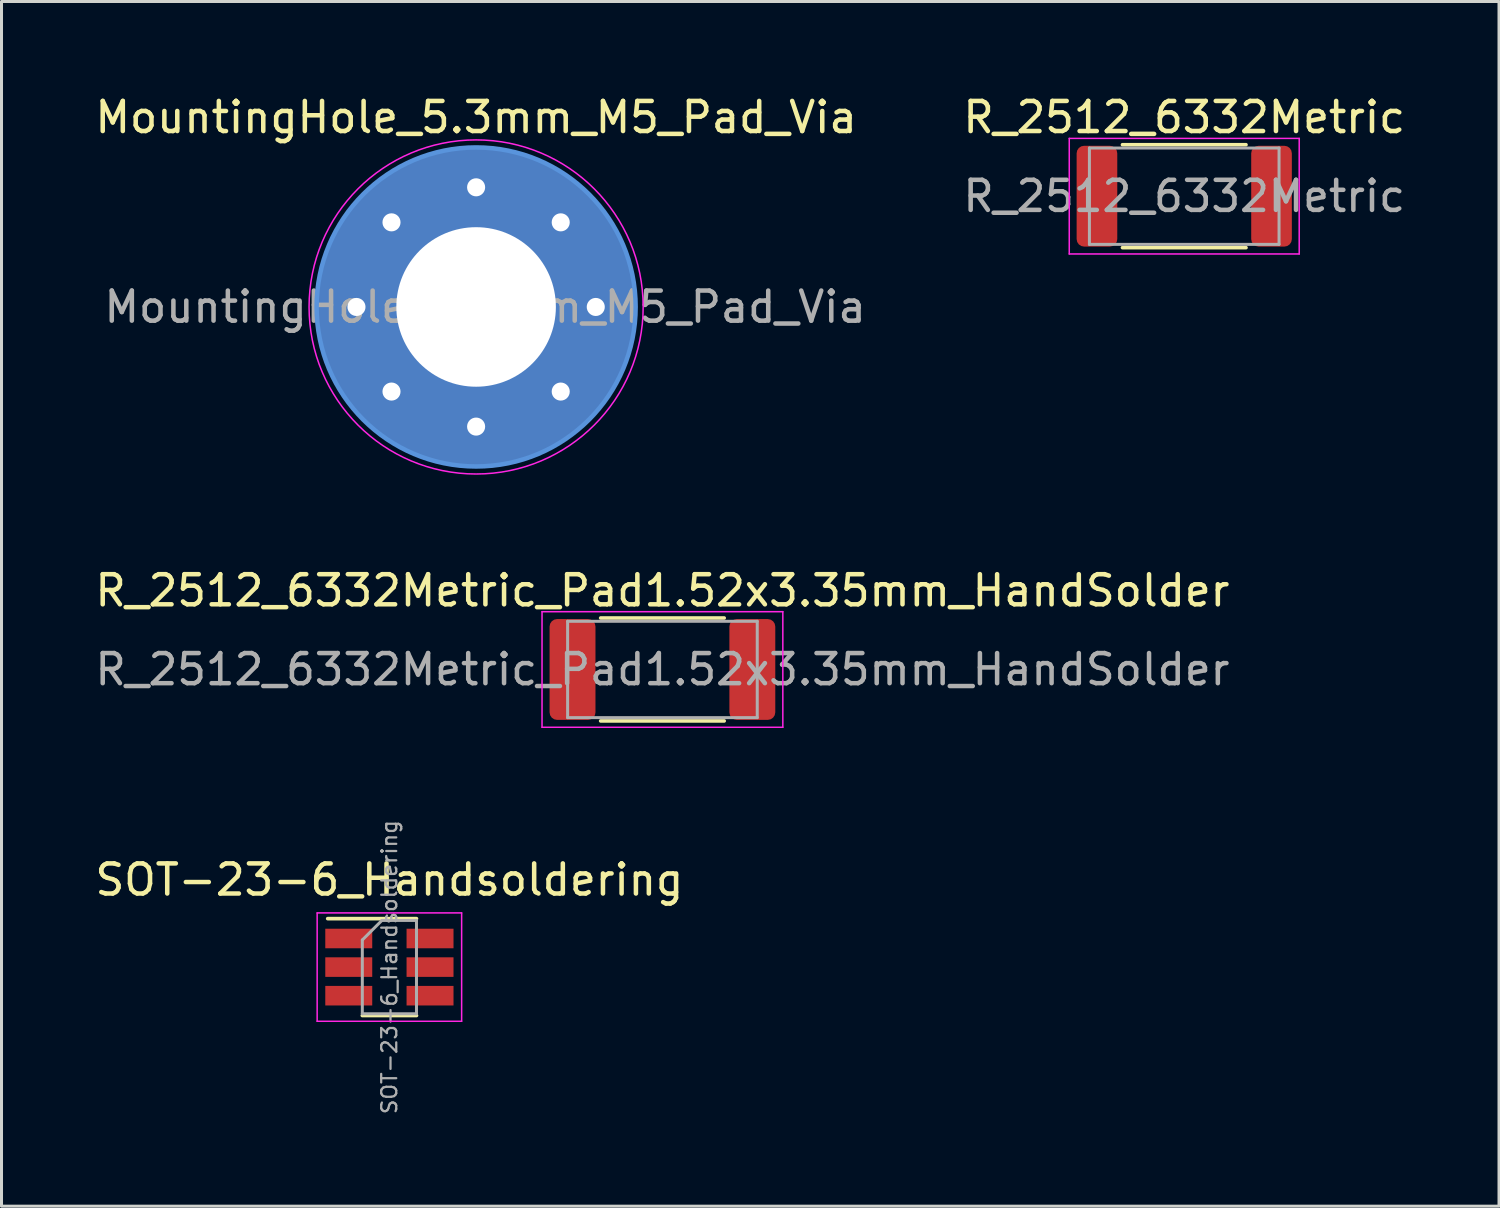
<source format=kicad_pcb>
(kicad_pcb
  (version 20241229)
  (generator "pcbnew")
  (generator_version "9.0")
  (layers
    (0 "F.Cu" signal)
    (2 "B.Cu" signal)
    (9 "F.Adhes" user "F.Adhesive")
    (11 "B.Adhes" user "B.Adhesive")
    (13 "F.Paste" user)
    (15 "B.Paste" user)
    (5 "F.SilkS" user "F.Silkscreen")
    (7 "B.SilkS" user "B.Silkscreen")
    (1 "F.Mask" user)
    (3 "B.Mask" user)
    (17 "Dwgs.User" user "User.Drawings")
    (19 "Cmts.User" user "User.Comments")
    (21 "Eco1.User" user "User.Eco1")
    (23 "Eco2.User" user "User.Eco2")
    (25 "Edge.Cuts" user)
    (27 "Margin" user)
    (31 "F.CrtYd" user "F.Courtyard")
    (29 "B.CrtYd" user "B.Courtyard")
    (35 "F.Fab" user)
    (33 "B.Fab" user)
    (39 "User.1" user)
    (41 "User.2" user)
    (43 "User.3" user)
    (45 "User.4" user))
  (footprint "R_2512_6332Metric"
    (layer "F.Cu")
    (at 36.294 3.468)
    (property "Reference" "R_2512_6332Metric" (at 0 -2.62 0) (layer "F.SilkS") (effects (font (size 1 1) (thickness 0.15))))
    (attr smd)
    (fp_line (start -2.052 -1.71) (end 2.052 -1.71) (stroke (width 0.12) (type solid)) (layer "F.SilkS"))
    (fp_line (start -2.052 1.71) (end 2.052 1.71) (stroke (width 0.12) (type solid)) (layer "F.SilkS"))
    (fp_line (start -3.82 -1.92) (end 3.82 -1.92) (stroke (width 0.05) (type solid)) (layer "F.CrtYd"))
    (fp_line (start -3.82 1.92) (end -3.82 -1.92) (stroke (width 0.05) (type solid)) (layer "F.CrtYd"))
    (fp_line (start 3.82 -1.92) (end 3.82 1.92) (stroke (width 0.05) (type solid)) (layer "F.CrtYd"))
    (fp_line (start 3.82 1.92) (end -3.82 1.92) (stroke (width 0.05) (type solid)) (layer "F.CrtYd"))
    (fp_line (start -3.15 -1.6) (end 3.15 -1.6) (stroke (width 0.1) (type solid)) (layer "F.Fab"))
    (fp_line (start -3.15 1.6) (end -3.15 -1.6) (stroke (width 0.1) (type solid)) (layer "F.Fab"))
    (fp_line (start 3.15 -1.6) (end 3.15 1.6) (stroke (width 0.1) (type solid)) (layer "F.Fab"))
    (fp_line (start 3.15 1.6) (end -3.15 1.6) (stroke (width 0.1) (type solid)) (layer "F.Fab"))
    (fp_text user "${REFERENCE}" (at 0 0 0) (layer "F.Fab") (effects (font (size 1 1) (thickness 0.15))))
    (pad "1" smd roundrect (at -2.9 0) (size 1.35 3.35) (layers "F.Cu" "F.Mask" "F.Paste") (roundrect_rratio 0.185))
    (pad "2" smd roundrect (at 2.9 0) (size 1.35 3.35) (layers "F.Cu" "F.Mask" "F.Paste") (roundrect_rratio 0.185)))
  (footprint "SOT-23-6_Handsoldering"
    (layer "F.Cu")
    (at 9.887 29.08)
    (property "Reference" "SOT-23-6_Handsoldering" (at 0 -2.9 0) (layer "F.SilkS") (effects (font (size 1 1) (thickness 0.15))))
    (attr smd)
    (fp_line (start -0.9 1.61) (end 0.9 1.61) (stroke (width 0.12) (type solid)) (layer "F.SilkS"))
    (fp_line (start 0.9 -1.61) (end -2.05 -1.61) (stroke (width 0.12) (type solid)) (layer "F.SilkS"))
    (fp_line (start -2.4 -1.8) (end 2.4 -1.8) (stroke (width 0.05) (type solid)) (layer "F.CrtYd"))
    (fp_line (start -2.4 1.8) (end -2.4 -1.8) (stroke (width 0.05) (type solid)) (layer "F.CrtYd"))
    (fp_line (start 2.4 -1.8) (end 2.4 1.8) (stroke (width 0.05) (type solid)) (layer "F.CrtYd"))
    (fp_line (start 2.4 1.8) (end -2.4 1.8) (stroke (width 0.05) (type solid)) (layer "F.CrtYd"))
    (fp_line (start -0.9 -0.9) (end -0.9 1.55) (stroke (width 0.1) (type solid)) (layer "F.Fab"))
    (fp_line (start -0.9 -0.9) (end -0.25 -1.55) (stroke (width 0.1) (type solid)) (layer "F.Fab"))
    (fp_line (start 0.9 -1.55) (end -0.25 -1.55) (stroke (width 0.1) (type solid)) (layer "F.Fab"))
    (fp_line (start 0.9 -1.55) (end 0.9 1.55) (stroke (width 0.1) (type solid)) (layer "F.Fab"))
    (fp_line (start 0.9 1.55) (end -0.9 1.55) (stroke (width 0.1) (type solid)) (layer "F.Fab"))
    (fp_text user "${REFERENCE}" (at 0 0 270) (layer "F.Fab") (effects (font (size 0.5 0.5) (thickness 0.075))))
    (pad "1" smd rect (at -1.35 -0.95) (size 1.56 0.65) (layers "F.Cu" "F.Mask" "F.Paste"))
    (pad "2" smd rect (at -1.35 0) (size 1.56 0.65) (layers "F.Cu" "F.Mask" "F.Paste"))
    (pad "3" smd rect (at -1.35 0.95) (size 1.56 0.65) (layers "F.Cu" "F.Mask" "F.Paste"))
    (pad "4" smd rect (at 1.35 0.95) (size 1.56 0.65) (layers "F.Cu" "F.Mask" "F.Paste"))
    (pad "5" smd rect (at 1.35 0) (size 1.56 0.65) (layers "F.Cu" "F.Mask" "F.Paste"))
    (pad "6" smd rect (at 1.35 -0.95) (size 1.56 0.65) (layers "F.Cu" "F.Mask" "F.Paste")))
  (footprint "R_2512_6332Metric_Pad1.52x3.35mm_HandSolder"
    (layer "F.Cu")
    (at 18.958 19.192)
    (property "Reference" "R_2512_6332Metric_Pad1.52x3.35mm_HandSolder" (at 0 -2.62 180) (layer "F.SilkS") (effects (font (size 1 1) (thickness 0.15))))
    (attr smd)
    (fp_line (start -2.052 -1.71) (end 2.052 -1.71) (stroke (width 0.12) (type solid)) (layer "F.SilkS"))
    (fp_line (start -2.052 1.71) (end 2.052 1.71) (stroke (width 0.12) (type solid)) (layer "F.SilkS"))
    (fp_line (start -4 -1.92) (end 4 -1.92) (stroke (width 0.05) (type solid)) (layer "F.CrtYd"))
    (fp_line (start -4 1.92) (end -4 -1.92) (stroke (width 0.05) (type solid)) (layer "F.CrtYd"))
    (fp_line (start 4 -1.92) (end 4 1.92) (stroke (width 0.05) (type solid)) (layer "F.CrtYd"))
    (fp_line (start 4 1.92) (end -4 1.92) (stroke (width 0.05) (type solid)) (layer "F.CrtYd"))
    (fp_line (start -3.15 -1.6) (end 3.15 -1.6) (stroke (width 0.1) (type solid)) (layer "F.Fab"))
    (fp_line (start -3.15 1.6) (end -3.15 -1.6) (stroke (width 0.1) (type solid)) (layer "F.Fab"))
    (fp_line (start 3.15 -1.6) (end 3.15 1.6) (stroke (width 0.1) (type solid)) (layer "F.Fab"))
    (fp_line (start 3.15 1.6) (end -3.15 1.6) (stroke (width 0.1) (type solid)) (layer "F.Fab"))
    (fp_text user "${REFERENCE}" (at 0 0 180) (layer "F.Fab") (effects (font (size 1 1) (thickness 0.15))))
    (pad "1" smd roundrect (at -2.987 0) (size 1.525 3.35) (layers "F.Cu" "F.Mask" "F.Paste") (roundrect_rratio 0.164))
    (pad "2" smd roundrect (at 2.987 0) (size 1.525 3.35) (layers "F.Cu" "F.Mask" "F.Paste") (roundrect_rratio 0.164)))
  (footprint "MountingHole_5.3mm_M5_Pad_Via"
    (layer "F.Cu")
    (at 12.768 7.148)
    (property "Reference" "MountingHole_5.3mm_M5_Pad_Via" (at 0 -6.3 0) (layer "F.SilkS") (effects (font (size 1 1) (thickness 0.15))))
    (attr exclude_from_pos_files exclude_from_bom)
    (fp_circle (center 0 0) (end 5.3 0) (stroke (width 0.15) (type solid)) (fill no) (layer "Cmts.User"))
    (fp_circle (center 0 0) (end 5.55 0) (stroke (width 0.05) (type solid)) (fill no) (layer "F.CrtYd"))
    (fp_text user "${REFERENCE}" (at 0.3 0 0) (layer "F.Fab") (effects (font (size 1 1) (thickness 0.15))))
    (pad "1" thru_hole circle (at -3.975 0) (size 0.9 0.9) (drill 0.6) (layers "*.Cu" "*.Mask"))
    (pad "1" thru_hole circle (at -2.811 -2.811) (size 0.9 0.9) (drill 0.6) (layers "*.Cu" "*.Mask"))
    (pad "1" thru_hole circle (at -2.811 2.811) (size 0.9 0.9) (drill 0.6) (layers "*.Cu" "*.Mask"))
    (pad "1" thru_hole circle (at 0 -3.975) (size 0.9 0.9) (drill 0.6) (layers "*.Cu" "*.Mask"))
    (pad "1" thru_hole circle (at 0 0) (size 10.6 10.6) (drill 5.3) (layers "*.Cu" "*.Mask"))
    (pad "1" thru_hole circle (at 0 3.975) (size 0.9 0.9) (drill 0.6) (layers "*.Cu" "*.Mask"))
    (pad "1" thru_hole circle (at 2.811 -2.811) (size 0.9 0.9) (drill 0.6) (layers "*.Cu" "*.Mask"))
    (pad "1" thru_hole circle (at 2.811 2.811) (size 0.9 0.9) (drill 0.6) (layers "*.Cu" "*.Mask"))
    (pad "1" thru_hole circle (at 3.975 0) (size 0.9 0.9) (drill 0.6) (layers "*.Cu" "*.Mask")))
  (gr_rect
    (start -3 -3)
    (end 46.752 37.023)
    (stroke (width 0.1) (type default))
    (fill no)
    (layer "Edge.Cuts")))
</source>
